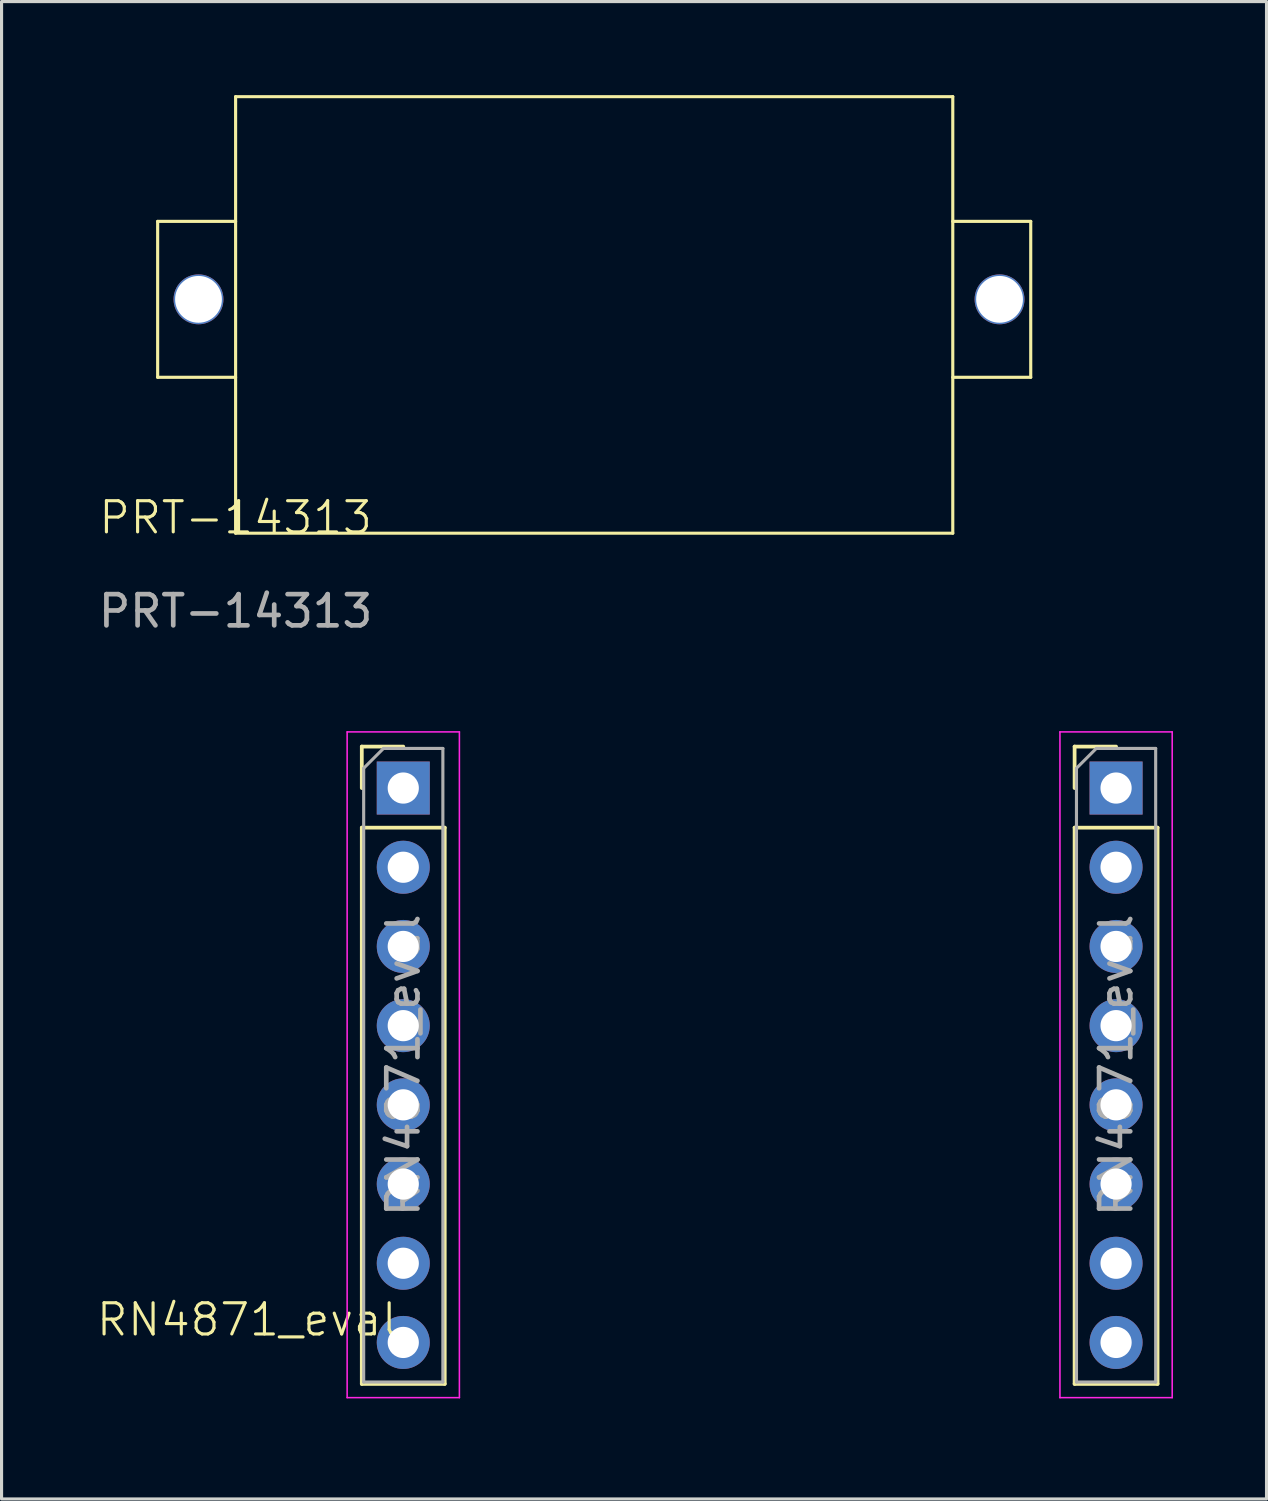
<source format=kicad_pcb>
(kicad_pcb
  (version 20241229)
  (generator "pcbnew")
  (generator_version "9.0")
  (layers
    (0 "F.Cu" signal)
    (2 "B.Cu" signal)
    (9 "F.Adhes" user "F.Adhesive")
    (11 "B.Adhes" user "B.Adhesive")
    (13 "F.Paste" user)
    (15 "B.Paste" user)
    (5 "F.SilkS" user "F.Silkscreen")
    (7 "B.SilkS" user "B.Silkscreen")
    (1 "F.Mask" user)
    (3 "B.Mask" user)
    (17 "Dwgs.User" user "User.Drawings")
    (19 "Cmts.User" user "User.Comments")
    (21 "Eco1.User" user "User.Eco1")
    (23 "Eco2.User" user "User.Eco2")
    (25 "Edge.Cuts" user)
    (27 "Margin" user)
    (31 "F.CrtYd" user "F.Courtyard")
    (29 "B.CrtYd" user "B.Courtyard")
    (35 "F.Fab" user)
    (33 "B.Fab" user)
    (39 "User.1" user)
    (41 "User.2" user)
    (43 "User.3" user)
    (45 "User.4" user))
  (footprint "RN4871_eval"
    (layer "F.Cu")
    (at 7.883 41.773)
    (property "Reference" "RN4871_eval" (at -3 -2.5 0) (unlocked yes) (layer "F.SilkS") (effects (font (size 1 1) (thickness 0.1))))
    (attr through_hole)
    (fp_line (start 0.67 -20.88) (end 2 -20.88) (stroke (width 0.12) (type solid)) (layer "F.SilkS"))
    (fp_line (start 0.67 -19.55) (end 0.67 -20.88) (stroke (width 0.12) (type solid)) (layer "F.SilkS"))
    (fp_line (start 0.67 -18.28) (end 0.67 -0.44) (stroke (width 0.12) (type solid)) (layer "F.SilkS"))
    (fp_line (start 0.67 -18.28) (end 3.33 -18.28) (stroke (width 0.12) (type solid)) (layer "F.SilkS"))
    (fp_line (start 0.67 -0.44) (end 3.33 -0.44) (stroke (width 0.12) (type solid)) (layer "F.SilkS"))
    (fp_line (start 3.33 -18.28) (end 3.33 -0.44) (stroke (width 0.12) (type solid)) (layer "F.SilkS"))
    (fp_line (start 23.53 -20.88) (end 24.86 -20.88) (stroke (width 0.12) (type solid)) (layer "F.SilkS"))
    (fp_line (start 23.53 -19.55) (end 23.53 -20.88) (stroke (width 0.12) (type solid)) (layer "F.SilkS"))
    (fp_line (start 23.53 -18.28) (end 23.53 -0.44) (stroke (width 0.12) (type solid)) (layer "F.SilkS"))
    (fp_line (start 23.53 -18.28) (end 26.19 -18.28) (stroke (width 0.12) (type solid)) (layer "F.SilkS"))
    (fp_line (start 23.53 -0.44) (end 26.19 -0.44) (stroke (width 0.12) (type solid)) (layer "F.SilkS"))
    (fp_line (start 26.19 -18.28) (end 26.19 -0.44) (stroke (width 0.12) (type solid)) (layer "F.SilkS"))
    (fp_line (start 0.2 -21.35) (end 0.2 0) (stroke (width 0.05) (type solid)) (layer "F.CrtYd"))
    (fp_line (start 0.2 0) (end 3.8 0) (stroke (width 0.05) (type solid)) (layer "F.CrtYd"))
    (fp_line (start 3.8 -21.35) (end 0.2 -21.35) (stroke (width 0.05) (type solid)) (layer "F.CrtYd"))
    (fp_line (start 3.8 0) (end 3.8 -21.35) (stroke (width 0.05) (type solid)) (layer "F.CrtYd"))
    (fp_line (start 23.06 -21.35) (end 23.06 0) (stroke (width 0.05) (type solid)) (layer "F.CrtYd"))
    (fp_line (start 23.06 0) (end 26.66 0) (stroke (width 0.05) (type solid)) (layer "F.CrtYd"))
    (fp_line (start 26.66 -21.35) (end 23.06 -21.35) (stroke (width 0.05) (type solid)) (layer "F.CrtYd"))
    (fp_line (start 26.66 0) (end 26.66 -21.35) (stroke (width 0.05) (type solid)) (layer "F.CrtYd"))
    (fp_line (start 0.73 -20.185) (end 1.365 -20.82) (stroke (width 0.1) (type solid)) (layer "F.Fab"))
    (fp_line (start 0.73 -0.5) (end 0.73 -20.185) (stroke (width 0.1) (type solid)) (layer "F.Fab"))
    (fp_line (start 1.365 -20.82) (end 3.27 -20.82) (stroke (width 0.1) (type solid)) (layer "F.Fab"))
    (fp_line (start 3.27 -20.82) (end 3.27 -0.5) (stroke (width 0.1) (type solid)) (layer "F.Fab"))
    (fp_line (start 3.27 -0.5) (end 0.73 -0.5) (stroke (width 0.1) (type solid)) (layer "F.Fab"))
    (fp_line (start 23.59 -20.185) (end 24.225 -20.82) (stroke (width 0.1) (type solid)) (layer "F.Fab"))
    (fp_line (start 23.59 -0.5) (end 23.59 -20.185) (stroke (width 0.1) (type solid)) (layer "F.Fab"))
    (fp_line (start 24.225 -20.82) (end 26.13 -20.82) (stroke (width 0.1) (type solid)) (layer "F.Fab"))
    (fp_line (start 26.13 -20.82) (end 26.13 -0.5) (stroke (width 0.1) (type solid)) (layer "F.Fab"))
    (fp_line (start 26.13 -0.5) (end 23.59 -0.5) (stroke (width 0.1) (type solid)) (layer "F.Fab"))
    (fp_text user "${REFERENCE}" (at 24.86 -10.66 90) (layer "F.Fab") (effects (font (size 1 1) (thickness 0.15))))
    (fp_text user "${REFERENCE}" (at 2 -10.66 90) (layer "F.Fab") (effects (font (size 1 1) (thickness 0.15))))
    (pad "1" thru_hole rect (at 2 -19.55) (size 1.7 1.7) (drill 1) (layers "*.Cu" "*.Mask"))
    (pad "1" thru_hole rect (at 24.86 -19.55) (size 1.7 1.7) (drill 1) (layers "*.Cu" "*.Mask"))
    (pad "2" thru_hole oval (at 2 -17.01) (size 1.7 1.7) (drill 1) (layers "*.Cu" "*.Mask"))
    (pad "2" thru_hole oval (at 24.86 -17.01) (size 1.7 1.7) (drill 1) (layers "*.Cu" "*.Mask"))
    (pad "3" thru_hole oval (at 2 -14.47) (size 1.7 1.7) (drill 1) (layers "*.Cu" "*.Mask"))
    (pad "3" thru_hole oval (at 24.86 -14.47) (size 1.7 1.7) (drill 1) (layers "*.Cu" "*.Mask"))
    (pad "4" thru_hole oval (at 2 -11.93) (size 1.7 1.7) (drill 1) (layers "*.Cu" "*.Mask"))
    (pad "4" thru_hole oval (at 24.86 -11.93) (size 1.7 1.7) (drill 1) (layers "*.Cu" "*.Mask"))
    (pad "5" thru_hole oval (at 2 -9.39) (size 1.7 1.7) (drill 1) (layers "*.Cu" "*.Mask"))
    (pad "5" thru_hole oval (at 24.86 -9.39) (size 1.7 1.7) (drill 1) (layers "*.Cu" "*.Mask"))
    (pad "6" thru_hole oval (at 2 -6.85) (size 1.7 1.7) (drill 1) (layers "*.Cu" "*.Mask"))
    (pad "6" thru_hole oval (at 24.86 -6.85) (size 1.7 1.7) (drill 1) (layers "*.Cu" "*.Mask"))
    (pad "7" thru_hole oval (at 2 -4.31) (size 1.7 1.7) (drill 1) (layers "*.Cu" "*.Mask"))
    (pad "7" thru_hole oval (at 24.86 -4.31) (size 1.7 1.7) (drill 1) (layers "*.Cu" "*.Mask"))
    (pad "8" thru_hole oval (at 2 -1.77) (size 1.7 1.7) (drill 1) (layers "*.Cu" "*.Mask"))
    (pad "8" thru_hole oval (at 24.86 -1.77) (size 1.7 1.7) (drill 1) (layers "*.Cu" "*.Mask")))
  (footprint "PRT-14313"
    (layer "F.Cu")
    (at 4.506 14.05)
    (property "Reference" "PRT-14313" (at 0 -0.5 0) (unlocked yes) (layer "F.SilkS") (effects (font (size 1 1) (thickness 0.1))))
    (attr through_hole)
    (fp_line (start -2.5 -10) (end -2.5 -5) (stroke (width 0.1) (type default)) (layer "F.SilkS"))
    (fp_line (start -2.5 -5) (end 0 -5) (stroke (width 0.1) (type default)) (layer "F.SilkS"))
    (fp_line (start 0 -14) (end 0 0) (stroke (width 0.1) (type default)) (layer "F.SilkS"))
    (fp_line (start 0 -10) (end -2.5 -10) (stroke (width 0.1) (type default)) (layer "F.SilkS"))
    (fp_line (start 0 0) (end 23 0) (stroke (width 0.1) (type default)) (layer "F.SilkS"))
    (fp_line (start 23 -14) (end 0 -14) (stroke (width 0.1) (type default)) (layer "F.SilkS"))
    (fp_line (start 23 -10) (end 25.5 -10) (stroke (width 0.1) (type default)) (layer "F.SilkS"))
    (fp_line (start 23 0) (end 23 -14) (stroke (width 0.1) (type default)) (layer "F.SilkS"))
    (fp_line (start 25.5 -10) (end 25.5 -5) (stroke (width 0.1) (type default)) (layer "F.SilkS"))
    (fp_line (start 25.5 -5) (end 23 -5) (stroke (width 0.1) (type default)) (layer "F.SilkS"))
    (fp_text user "${REFERENCE}" (at 0 2.5 0) (unlocked yes) (layer "F.Fab") (effects (font (size 1 1) (thickness 0.15))))
    (pad "" np_thru_hole circle (at -1.19 -7.5) (size 1.6 1.6) (drill 1.5) (layers "*.Cu"))
    (pad "" np_thru_hole circle (at 24.5 -7.5) (size 1.6 1.6) (drill 1.5) (layers "*.Cu" "*.Mask")))
  (gr_rect
    (start -3 -3)
    (end 37.568 45.023)
    (stroke (width 0.1) (type default))
    (fill no)
    (layer "Edge.Cuts")))
</source>
